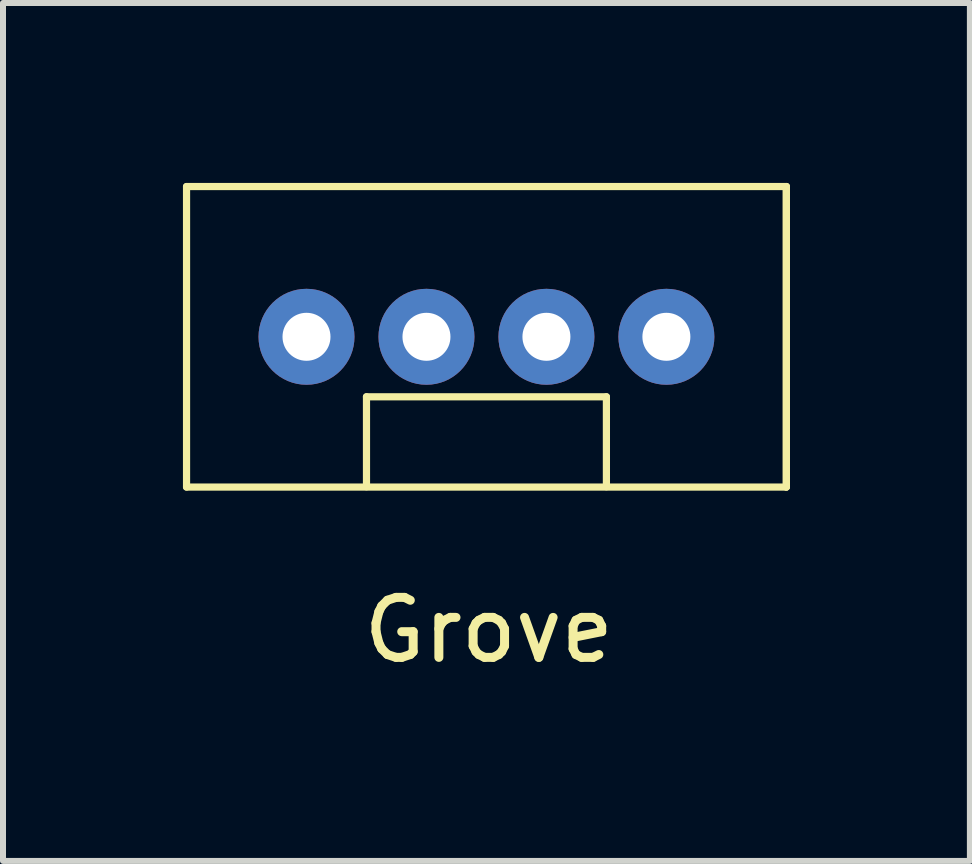
<source format=kicad_pcb>
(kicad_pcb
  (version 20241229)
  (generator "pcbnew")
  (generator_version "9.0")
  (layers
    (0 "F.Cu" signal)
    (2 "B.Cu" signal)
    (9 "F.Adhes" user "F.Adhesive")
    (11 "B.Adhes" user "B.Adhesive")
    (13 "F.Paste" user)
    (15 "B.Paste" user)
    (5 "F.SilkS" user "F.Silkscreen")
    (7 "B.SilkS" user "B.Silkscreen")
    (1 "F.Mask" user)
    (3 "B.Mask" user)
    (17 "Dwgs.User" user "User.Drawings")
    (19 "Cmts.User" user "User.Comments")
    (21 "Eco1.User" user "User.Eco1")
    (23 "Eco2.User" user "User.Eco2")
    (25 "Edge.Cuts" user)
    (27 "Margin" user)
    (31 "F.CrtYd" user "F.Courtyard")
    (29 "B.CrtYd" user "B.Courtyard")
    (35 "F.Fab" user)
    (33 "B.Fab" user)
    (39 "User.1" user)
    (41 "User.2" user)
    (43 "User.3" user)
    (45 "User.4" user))
  (footprint "Grove"
    (layer "F.Cu")
    (at 5.06 2.565)
    (property "Reference" "Grove" (at 0.04 4.89 0) (layer "F.SilkS") (effects (font (size 1 1) (thickness 0.15))))
    (attr through_hole)
    (fp_line (start -5 -2.505) (end -5 2.505) (stroke (width 0.12) (type solid)) (layer "F.SilkS"))
    (fp_line (start -5 2.505) (end 5 2.505) (stroke (width 0.12) (type solid)) (layer "F.SilkS"))
    (fp_line (start -2 1) (end 2 1) (stroke (width 0.12) (type solid)) (layer "F.SilkS"))
    (fp_line (start -2 2.5) (end -2 1) (stroke (width 0.12) (type solid)) (layer "F.SilkS"))
    (fp_line (start 2 1) (end 2 2.5) (stroke (width 0.12) (type solid)) (layer "F.SilkS"))
    (fp_line (start 5 -2.505) (end -5 -2.505) (stroke (width 0.12) (type solid)) (layer "F.SilkS"))
    (fp_line (start 5 -2.505) (end 5 2.505) (stroke (width 0.12) (type solid)) (layer "F.SilkS"))
    (fp_line (start 5 2.505) (end 5 -2.505) (stroke (width 0.12) (type solid)) (layer "F.SilkS"))
    (pad "1" thru_hole circle (at -3 0) (size 1.6 1.6) (drill 0.8) (layers "*.Cu" "*.Mask"))
    (pad "2" thru_hole circle (at -1 0) (size 1.6 1.6) (drill 0.8) (layers "*.Cu" "*.Mask"))
    (pad "3" thru_hole circle (at 1 0) (size 1.6 1.6) (drill 0.8) (layers "*.Cu" "*.Mask"))
    (pad "4" thru_hole circle (at 3 0) (size 1.6 1.6) (drill 0.8) (layers "*.Cu" "*.Mask")))
  (gr_rect
    (start -3 -3)
    (end 13.12 11.303)
    (stroke (width 0.1) (type default))
    (fill no)
    (layer "Edge.Cuts")))
</source>
